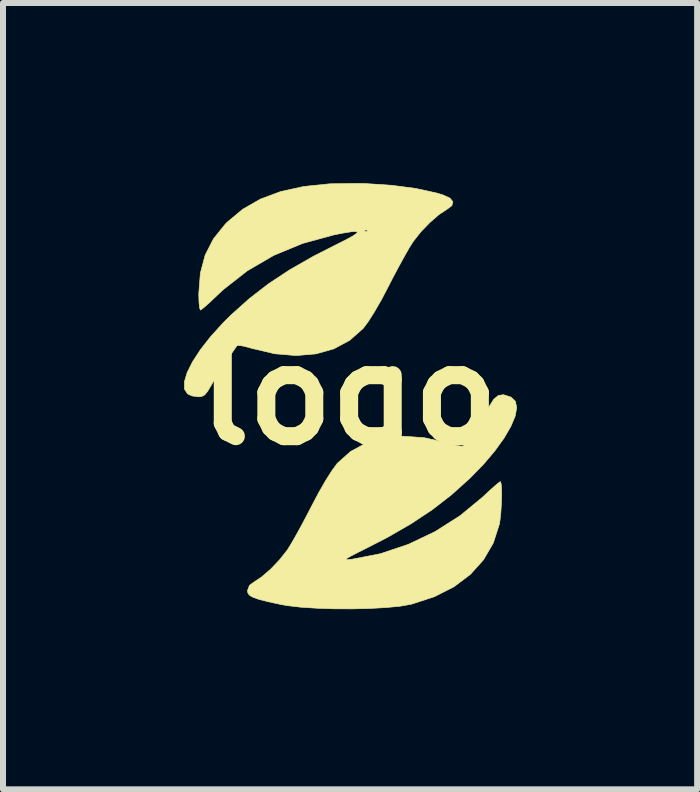
<source format=kicad_pcb>
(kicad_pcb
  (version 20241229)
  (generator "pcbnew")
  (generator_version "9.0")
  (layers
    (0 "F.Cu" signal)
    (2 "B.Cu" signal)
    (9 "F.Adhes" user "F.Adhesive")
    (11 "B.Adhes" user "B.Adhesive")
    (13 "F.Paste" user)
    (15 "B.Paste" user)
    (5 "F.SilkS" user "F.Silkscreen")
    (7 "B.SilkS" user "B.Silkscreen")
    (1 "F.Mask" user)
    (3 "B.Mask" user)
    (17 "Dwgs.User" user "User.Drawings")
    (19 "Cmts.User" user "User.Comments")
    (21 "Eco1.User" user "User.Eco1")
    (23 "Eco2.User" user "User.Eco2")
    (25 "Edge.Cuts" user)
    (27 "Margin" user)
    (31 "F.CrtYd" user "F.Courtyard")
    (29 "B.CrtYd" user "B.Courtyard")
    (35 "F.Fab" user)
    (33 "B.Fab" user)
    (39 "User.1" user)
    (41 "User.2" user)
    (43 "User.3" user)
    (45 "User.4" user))
  (footprint "logo"
    (layer "F.Cu")
    (at 2.765 3.525)
    (property "Reference" "logo" (at 0 0 0) (layer "F.SilkS") (effects (font (size 1.524 1.524) (thickness 0.3))))
    (attr through_hole)
    (fp_poly (pts (xy 2.684 0.035) (xy 2.697 0.041) (xy 2.769 0.108) (xy 2.791 0.215) (xy 2.765 0.356) (xy 2.694 0.526) (xy 2.582 0.719) (xy 2.431 0.929) (xy 2.245 1.15) (xy 2.025 1.376) (xy 2.006 1.395) (xy 1.702 1.668) (xy 1.383 1.915) (xy 1.033 2.147) (xy 0.64 2.374) (xy 0.304 2.547) (xy 0.134 2.632) (xy 0.022 2.69) (xy -0.039 2.725) (xy -0.053 2.743) (xy -0.026 2.746) (xy 0.036 2.74) (xy 0.06 2.737) (xy 0.525 2.646) (xy 0.986 2.491) (xy 1.431 2.279) (xy 1.848 2.014) (xy 2.224 1.704) (xy 2.232 1.696) (xy 2.344 1.592) (xy 2.437 1.509) (xy 2.499 1.458) (xy 2.518 1.446) (xy 2.531 1.479) (xy 2.538 1.564) (xy 2.54 1.686) (xy 2.535 1.826) (xy 2.526 1.968) (xy 2.512 2.095) (xy 2.501 2.159) (xy 2.401 2.469) (xy 2.239 2.747) (xy 2.02 2.991) (xy 1.747 3.197) (xy 1.423 3.362) (xy 1.051 3.484) (xy 1.022 3.491) (xy 0.845 3.522) (xy 0.613 3.544) (xy 0.343 3.559) (xy 0.05 3.566) (xy -0.249 3.565) (xy -0.539 3.555) (xy -0.805 3.538) (xy -1.029 3.512) (xy -1.136 3.493) (xy -1.347 3.447) (xy -1.498 3.409) (xy -1.599 3.374) (xy -1.659 3.34) (xy -1.687 3.302) (xy -1.693 3.261) (xy -1.66 3.174) (xy -1.596 3.127) (xy -1.46 3.036) (xy -1.308 2.905) (xy -1.16 2.75) (xy -1.035 2.592) (xy -1.026 2.58) (xy -0.964 2.479) (xy -0.879 2.331) (xy -0.781 2.152) (xy -0.679 1.958) (xy -0.624 1.852) (xy -0.507 1.63) (xy -0.392 1.429) (xy -0.287 1.264) (xy -0.202 1.148) (xy -0.194 1.139) (xy 0.022 0.946) (xy 0.28 0.806) (xy 0.574 0.72) (xy 0.9 0.69) (xy 1.251 0.715) (xy 1.623 0.798) (xy 1.67 0.812) (xy 1.783 0.843) (xy 1.868 0.857) (xy 1.904 0.853) (xy 2.053 0.638) (xy 2.191 0.427) (xy 2.304 0.243) (xy 2.327 0.203) (xy 2.408 0.076) (xy 2.485 0.011) (xy 2.572 -0.001) (xy 2.684 0.035)) (stroke (width 0.01) (type solid)) (fill yes) (layer "F.SilkS"))
    (fp_poly (pts (xy 0.265 -3.518) (xy 0.709 -3.489) (xy 1.106 -3.437) (xy 1.446 -3.363) (xy 1.561 -3.329) (xy 1.678 -3.276) (xy 1.728 -3.215) (xy 1.711 -3.15) (xy 1.632 -3.091) (xy 1.496 -3.001) (xy 1.344 -2.869) (xy 1.195 -2.715) (xy 1.07 -2.556) (xy 1.062 -2.544) (xy 0.999 -2.444) (xy 0.915 -2.296) (xy 0.817 -2.117) (xy 0.714 -1.923) (xy 0.657 -1.811) (xy 0.537 -1.582) (xy 0.421 -1.381) (xy 0.318 -1.218) (xy 0.235 -1.107) (xy 0.231 -1.103) (xy 0.008 -0.906) (xy -0.255 -0.765) (xy -0.553 -0.681) (xy -0.883 -0.653) (xy -1.239 -0.683) (xy -1.617 -0.772) (xy -1.634 -0.777) (xy -1.748 -0.808) (xy -1.833 -0.822) (xy -1.868 -0.818) (xy -2.017 -0.603) (xy -2.156 -0.392) (xy -2.269 -0.208) (xy -2.291 -0.168) (xy -2.357 -0.057) (xy -2.408 0.004) (xy -2.459 0.03) (xy -2.517 0.034) (xy -2.617 0.019) (xy -2.69 -0.014) (xy -2.743 -0.095) (xy -2.744 -0.216) (xy -2.698 -0.37) (xy -2.608 -0.55) (xy -2.477 -0.751) (xy -2.309 -0.966) (xy -2.106 -1.19) (xy -1.971 -1.325) (xy -1.664 -1.6) (xy -1.342 -1.849) (xy -0.99 -2.081) (xy -0.595 -2.307) (xy -0.229 -2.493) (xy -0.042 -2.587) (xy 0.079 -2.655) (xy 0.135 -2.698) (xy 0.125 -2.719) (xy 0.05 -2.717) (xy -0.092 -2.695) (xy -0.253 -2.663) (xy -0.774 -2.521) (xy -1.255 -2.322) (xy -1.696 -2.065) (xy -2.096 -1.752) (xy -2.204 -1.651) (xy -2.311 -1.549) (xy -2.401 -1.468) (xy -2.461 -1.42) (xy -2.477 -1.411) (xy -2.49 -1.444) (xy -2.5 -1.53) (xy -2.504 -1.652) (xy -2.504 -1.685) (xy -2.478 -2.026) (xy -2.398 -2.327) (xy -2.26 -2.597) (xy -2.145 -2.74) (xy 0.259 -2.74) (xy 0.264 -2.719) (xy 0.282 -2.716) (xy 0.311 -2.729) (xy 0.306 -2.74) (xy 0.264 -2.744) (xy 0.259 -2.74) (xy -2.145 -2.74) (xy -2.061 -2.844) (xy -2.025 -2.88) (xy -1.771 -3.091) (xy -1.478 -3.259) (xy -1.14 -3.385) (xy -0.756 -3.469) (xy -0.32 -3.514) (xy 0.171 -3.52) (xy 0.265 -3.518)) (stroke (width 0.01) (type solid)) (fill yes) (layer "F.SilkS")))
  (gr_rect
    (start -3 -3)
    (end 8.561 10.096)
    (stroke (width 0.1) (type default))
    (fill no)
    (layer "Edge.Cuts")))
</source>
